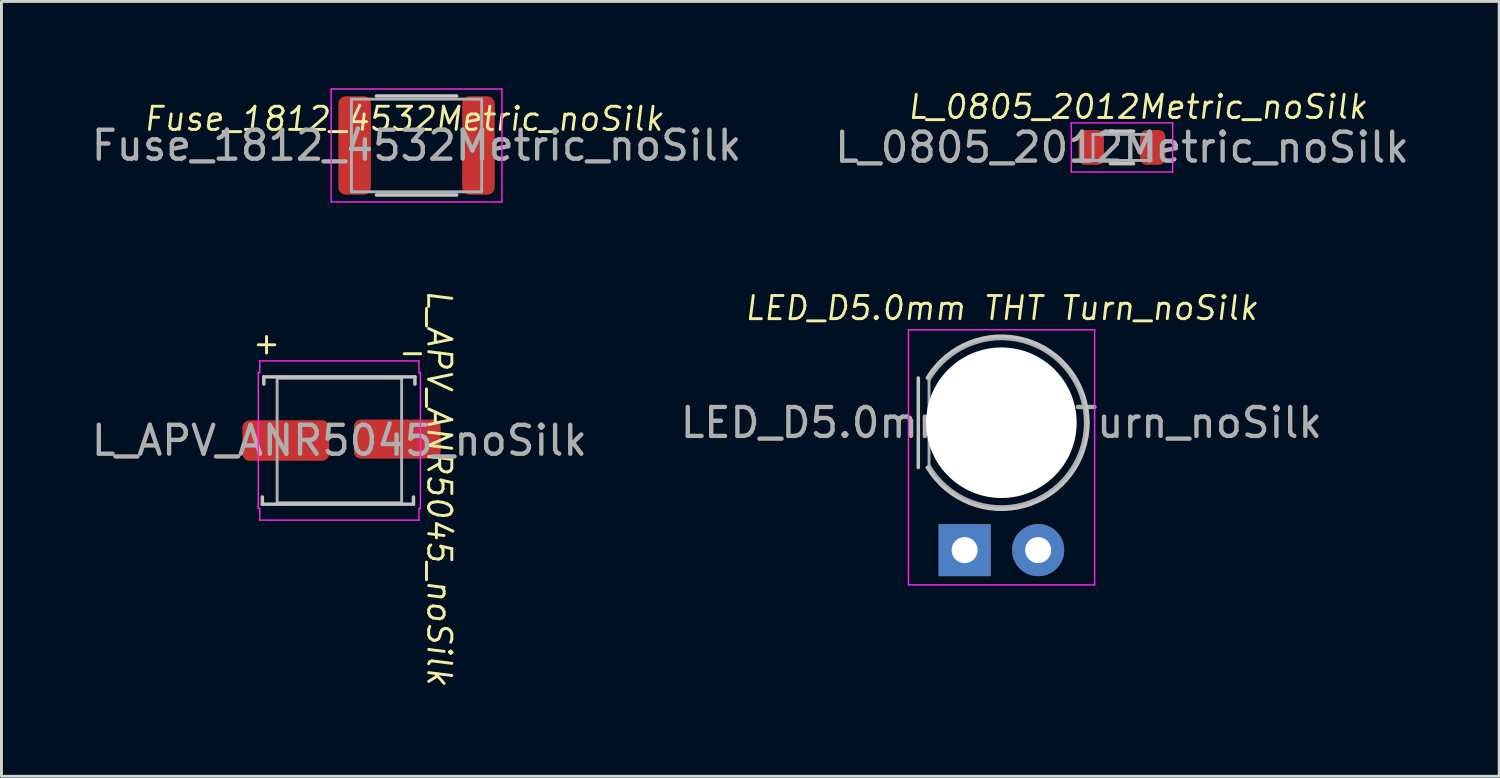
<source format=kicad_pcb>
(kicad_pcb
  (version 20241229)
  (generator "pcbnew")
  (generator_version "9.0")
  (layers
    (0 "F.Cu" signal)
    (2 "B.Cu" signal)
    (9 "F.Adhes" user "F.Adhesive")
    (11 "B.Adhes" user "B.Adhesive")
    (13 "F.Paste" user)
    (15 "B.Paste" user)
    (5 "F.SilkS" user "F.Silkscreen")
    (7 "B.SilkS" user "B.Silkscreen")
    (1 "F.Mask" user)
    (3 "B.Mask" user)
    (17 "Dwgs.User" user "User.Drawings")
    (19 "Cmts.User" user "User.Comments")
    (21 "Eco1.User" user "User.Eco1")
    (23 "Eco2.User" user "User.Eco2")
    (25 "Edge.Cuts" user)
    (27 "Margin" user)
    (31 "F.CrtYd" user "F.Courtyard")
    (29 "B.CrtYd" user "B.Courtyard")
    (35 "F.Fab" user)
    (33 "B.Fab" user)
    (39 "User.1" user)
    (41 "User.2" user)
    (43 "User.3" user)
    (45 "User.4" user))
  (footprint "L_0805_2012Metric_noSilk"
    (layer "F.Cu")
    (at 35.708 2.043)
    (property "Reference" "L_0805_2012Metric_noSilk" (at 0.532 -1.4 0) (unlocked yes) (layer "F.SilkS") (effects (font (size 0.8 0.8) (thickness 0.1) (italic yes))))
    (attr smd)
    (fp_line (start -0.4 -0.56) (end 0.4 -0.56) (stroke (width 0.12) (type solid)) (layer "Dwgs.User"))
    (fp_line (start -0.4 0.56) (end 0.4 0.56) (stroke (width 0.12) (type solid)) (layer "Dwgs.User"))
    (fp_line (start -1.75 -0.85) (end 1.75 -0.85) (stroke (width 0.05) (type solid)) (layer "F.CrtYd"))
    (fp_line (start -1.75 0.85) (end -1.75 -0.85) (stroke (width 0.05) (type solid)) (layer "F.CrtYd"))
    (fp_line (start 1.75 -0.85) (end 1.75 0.85) (stroke (width 0.05) (type solid)) (layer "F.CrtYd"))
    (fp_line (start 1.75 0.85) (end -1.75 0.85) (stroke (width 0.05) (type solid)) (layer "F.CrtYd"))
    (fp_line (start -1 -0.45) (end 1 -0.45) (stroke (width 0.1) (type solid)) (layer "F.Fab"))
    (fp_line (start -1 0.45) (end -1 -0.45) (stroke (width 0.1) (type solid)) (layer "F.Fab"))
    (fp_line (start 1 -0.45) (end 1 0.45) (stroke (width 0.1) (type solid)) (layer "F.Fab"))
    (fp_line (start 1 0.45) (end -1 0.45) (stroke (width 0.1) (type solid)) (layer "F.Fab"))
    (fp_text user "${REFERENCE}" (at 0 0 0) (unlocked yes) (layer "F.Fab") (effects (font (size 1 1) (thickness 0.15))))
    (pad "1" smd roundrect (at -1.062 0) (size 0.875 1.2) (layers "F.Cu" "F.Mask" "F.Paste") (roundrect_rratio 0.25))
    (pad "2" smd roundrect (at 1.062 0) (size 0.875 1.2) (layers "F.Cu" "F.Mask" "F.Paste") (roundrect_rratio 0.25)))
  (footprint "Fuse_1812_4532Metric_noSilk"
    (layer "F.Cu")
    (at 11.339 1.975)
    (property "Reference" "Fuse_1812_4532Metric_noSilk" (at -0.44 -0.92 0) (unlocked yes) (layer "F.SilkS") (effects (font (size 0.8 0.8) (thickness 0.1) (italic yes))))
    (attr smd)
    (fp_line (start -1.386 -1.71) (end 1.386 -1.71) (stroke (width 0.12) (type solid)) (layer "Dwgs.User"))
    (fp_line (start -1.386 1.71) (end 1.386 1.71) (stroke (width 0.12) (type solid)) (layer "Dwgs.User"))
    (fp_line (start -2.95 -1.95) (end 2.95 -1.95) (stroke (width 0.05) (type solid)) (layer "F.CrtYd"))
    (fp_line (start -2.95 1.95) (end -2.95 -1.95) (stroke (width 0.05) (type solid)) (layer "F.CrtYd"))
    (fp_line (start 2.95 -1.95) (end 2.95 1.95) (stroke (width 0.05) (type solid)) (layer "F.CrtYd"))
    (fp_line (start 2.95 1.95) (end -2.95 1.95) (stroke (width 0.05) (type solid)) (layer "F.CrtYd"))
    (fp_line (start -2.25 -1.6) (end 2.25 -1.6) (stroke (width 0.1) (type solid)) (layer "F.Fab"))
    (fp_line (start -2.25 1.6) (end -2.25 -1.6) (stroke (width 0.1) (type solid)) (layer "F.Fab"))
    (fp_line (start 2.25 -1.6) (end 2.25 1.6) (stroke (width 0.1) (type solid)) (layer "F.Fab"))
    (fp_line (start 2.25 1.6) (end -2.25 1.6) (stroke (width 0.1) (type solid)) (layer "F.Fab"))
    (fp_text user "${REFERENCE}" (at 0 0 0) (unlocked yes) (layer "F.Fab") (effects (font (size 1 1) (thickness 0.15))))
    (pad "1" smd roundrect (at -2.138 0) (size 1.125 3.4) (layers "F.Cu" "F.Mask" "F.Paste") (roundrect_rratio 0.222))
    (pad "2" smd roundrect (at 2.138 0) (size 1.125 3.4) (layers "F.Cu" "F.Mask" "F.Paste") (roundrect_rratio 0.222)))
  (footprint "L_APV_ANR5045_noSilk"
    (layer "F.Cu")
    (at 8.673 12.168)
    (property "Reference" "L_APV_ANR5045_noSilk" (at 3.45 1.64 270) (unlocked yes) (layer "F.SilkS") (effects (font (size 0.8 0.8) (thickness 0.1) (italic yes))))
    (attr smd)
    (fp_line (start -2.66 2.2) (end -2.66 1.95) (stroke (width 0.12) (type solid)) (layer "Dwgs.User"))
    (fp_line (start -2.61 -2.2) (end 2.61 -2.2) (stroke (width 0.12) (type solid)) (layer "Dwgs.User"))
    (fp_line (start -2.61 -1.95) (end -2.61 -2.2) (stroke (width 0.12) (type solid)) (layer "Dwgs.User"))
    (fp_line (start 2.56 1.95) (end 2.56 2.2) (stroke (width 0.12) (type solid)) (layer "Dwgs.User"))
    (fp_line (start 2.56 2.2) (end -2.66 2.2) (stroke (width 0.12) (type solid)) (layer "Dwgs.User"))
    (fp_line (start 2.61 -2.2) (end 2.61 -1.95) (stroke (width 0.12) (type solid)) (layer "Dwgs.User"))
    (fp_line (start -2.8 -2.35) (end -2.75 -2.35) (stroke (width 0.05) (type solid)) (layer "F.CrtYd"))
    (fp_line (start -2.8 2.35) (end -2.8 -2.35) (stroke (width 0.05) (type solid)) (layer "F.CrtYd"))
    (fp_line (start -2.75 -2.75) (end 2.75 -2.75) (stroke (width 0.05) (type solid)) (layer "F.CrtYd"))
    (fp_line (start -2.75 -2.35) (end -2.75 -2.75) (stroke (width 0.05) (type solid)) (layer "F.CrtYd"))
    (fp_line (start -2.75 2.35) (end -2.8 2.35) (stroke (width 0.05) (type solid)) (layer "F.CrtYd"))
    (fp_line (start -2.75 2.75) (end -2.75 2.35) (stroke (width 0.05) (type solid)) (layer "F.CrtYd"))
    (fp_line (start 2.75 -2.75) (end 2.75 -2.35) (stroke (width 0.05) (type solid)) (layer "F.CrtYd"))
    (fp_line (start 2.75 -2.35) (end 2.8 -2.35) (stroke (width 0.05) (type solid)) (layer "F.CrtYd"))
    (fp_line (start 2.75 2.35) (end 2.75 2.75) (stroke (width 0.05) (type solid)) (layer "F.CrtYd"))
    (fp_line (start 2.75 2.75) (end -2.75 2.75) (stroke (width 0.05) (type solid)) (layer "F.CrtYd"))
    (fp_line (start 2.8 -2.35) (end 2.8 2.35) (stroke (width 0.05) (type solid)) (layer "F.CrtYd"))
    (fp_line (start 2.8 2.35) (end 2.75 2.35) (stroke (width 0.05) (type solid)) (layer "F.CrtYd"))
    (fp_rect (start -2.15 -2.15) (end 2.15 2.15) (stroke (width 0.1) (type solid)) (fill no) (layer "F.Fab"))
    (fp_text user "－" (at 1.935 -2.3 0) (unlocked yes) (layer "F.SilkS") (effects (font (size 1 1) (thickness 0.1)) (justify left bottom)))
    (fp_text user "＋" (at -3.105 -2.61 0) (unlocked yes) (layer "F.SilkS") (effects (font (size 1 1) (thickness 0.1)) (justify left bottom)))
    (fp_text user "${REFERENCE}" (at 0 0 0) (unlocked yes) (layer "F.Fab") (effects (font (size 1 1) (thickness 0.15))))
    (pad "1" smd roundrect (at -1.85 0) (size 3 1.4) (layers "F.Cu" "F.Mask" "F.Paste") (roundrect_rratio 0.179))
    (pad "2" smd roundrect (at 2 -0.05 90) (size 1.35 3) (layers "F.Cu" "F.Mask" "F.Paste") (roundrect_rratio 0.179)))
  (footprint "LED_D5.0mm THT Turn_noSilk"
    (layer "F.Cu")
    (at 30.272 11.553)
    (property "Reference" "LED_D5.0mm THT Turn_noSilk" (at 1.27 -3.96 0) (unlocked yes) (layer "F.SilkS") (effects (font (size 0.8 0.8) (thickness 0.1) (italic yes))))
    (attr through_hole)
    (fp_line (start -1.6 -1.545) (end -1.6 1.545) (stroke (width 0.12) (type solid)) (layer "Dwgs.User"))
    (fp_arc (start -1.29 -1.54483) (mid 2.071779 -2.880495) (end 4.26 0) (stroke (width 0.12) (type solid)) (layer "Dwgs.User"))
    (fp_arc (start 4.26 0) (mid 2.071779 2.880495) (end -1.29 1.54483) (stroke (width 0.12) (type solid)) (layer "Dwgs.User"))
    (fp_line (start -1.94 -3.21) (end -1.94 5.6) (stroke (width 0.05) (type solid)) (layer "F.CrtYd"))
    (fp_line (start -1.94 5.6) (end 4.49 5.6) (stroke (width 0.05) (type solid)) (layer "F.CrtYd"))
    (fp_line (start 4.49 -3.21) (end -1.94 -3.21) (stroke (width 0.05) (type solid)) (layer "F.CrtYd"))
    (fp_line (start 4.49 5.6) (end 4.49 -3.21) (stroke (width 0.05) (type solid)) (layer "F.CrtYd"))
    (fp_line (start -1.23 -1.47) (end -1.23 1.47) (stroke (width 0.1) (type solid)) (layer "F.Fab"))
    (fp_arc (start -1.23 -1.469694) (mid 4.17 0) (end -1.23 1.469694) (stroke (width 0.1) (type solid)) (layer "F.Fab"))
    (fp_circle (center 1.27 0) (end 3.77 0) (stroke (width 0.1) (type solid)) (fill no) (layer "F.Fab"))
    (fp_text user "${REFERENCE}" (at 1.27 0 0) (unlocked yes) (layer "F.Fab") (effects (font (size 1 1) (thickness 0.15))))
    (pad "" np_thru_hole circle (at 1.27 0) (size 5.2 5.2) (drill 5.2) (layers "*.Cu" "*.Mask"))
    (pad "1" thru_hole rect (at 0 4.4) (size 1.8 1.8) (drill 0.9) (layers "*.Cu" "*.Mask"))
    (pad "2" thru_hole circle (at 2.54 4.4) (size 1.8 1.8) (drill 0.9) (layers "*.Cu" "*.Mask")))
  (gr_rect
    (start -3 -3)
    (end 48.738 23.766)
    (stroke (width 0.1) (type default))
    (fill no)
    (layer "Edge.Cuts")))
</source>
